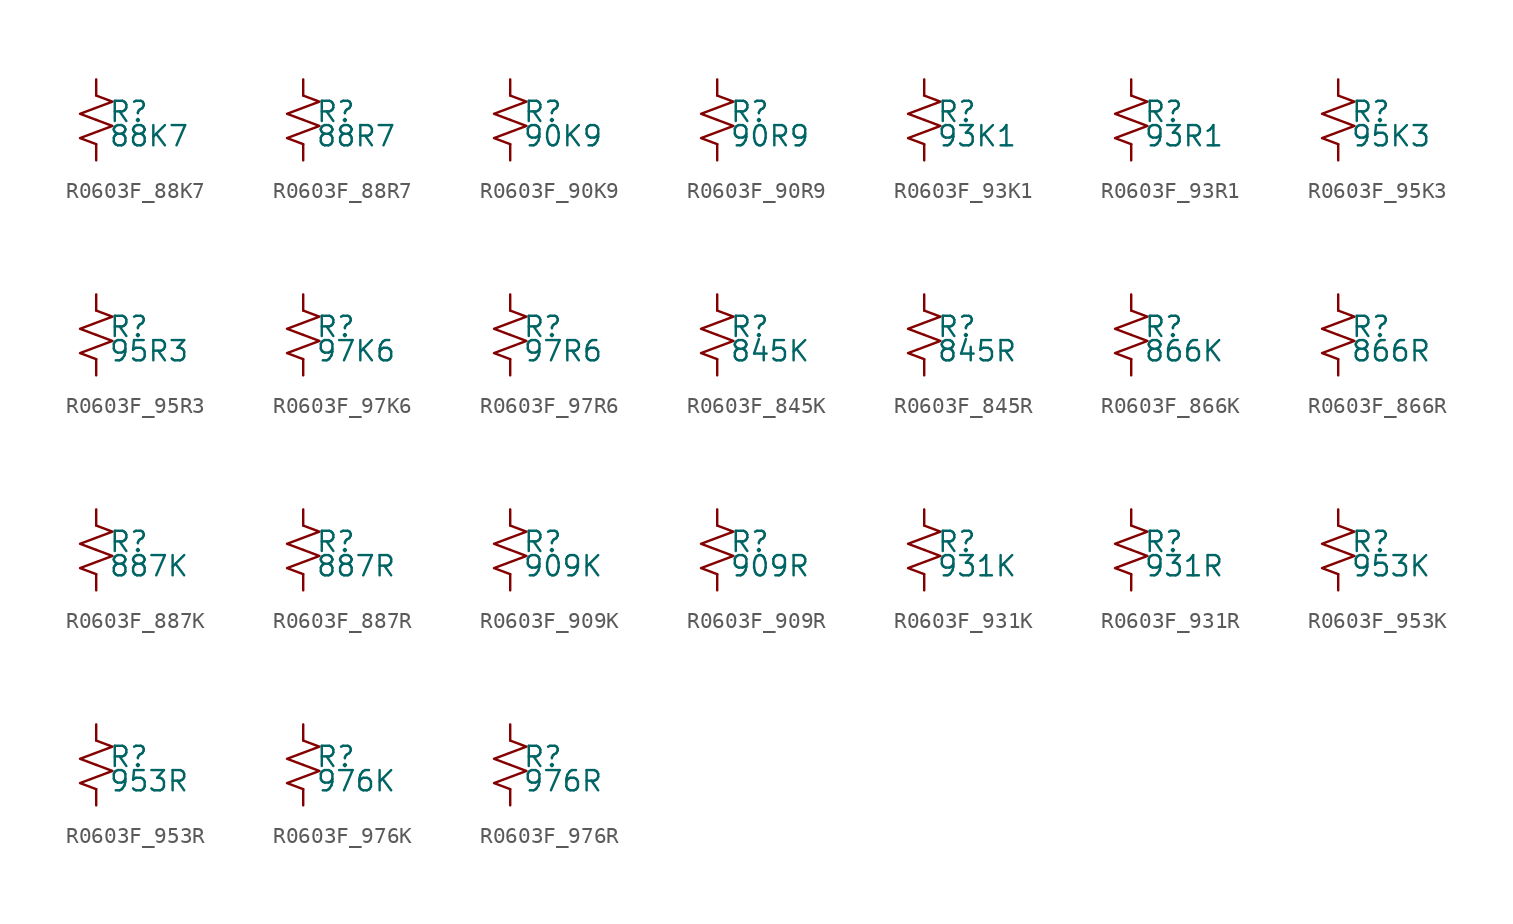
<source format=kicad_sym>
(kicad_symbol_lib
  (version 20220914)
  (generator kicad_symbol_editor)
  (symbol "R0603F_88K7"
    (pin_numbers hide)
    (pin_names
      (offset 0.254) hide)
    (property "Reference" "R"
      (at 0.762 0.508 0)
      (effects (font (size 1.27 1.27)) (justify left)))
    (property "Value" "88K7"
      (at 0.762 -1.016 0)
      (effects (font (size 1.27 1.27)) (justify left)))
    (symbol "R0603F_88K7_1_1"
      (polyline (pts (xy 0 0) (xy 1.016 -0.381) (xy 0 -0.762) (xy -1.016 -1.143) (xy 0 -1.524)) (stroke (width 0) (type default)) (fill (type none)))
      (polyline (pts (xy 0 1.524) (xy 1.016 1.143) (xy 0 0.762) (xy -1.016 0.381) (xy 0 0)) (stroke (width 0) (type default)) (fill (type none)))
      (pin passive line (at 0 2.54 270) (length 1.016) (name "~" (effects (font (size 1.27 1.27)))) (number "1" (effects (font (size 1.27 1.27)))))
      (pin passive line (at 0 -2.54 90) (length 1.016) (name "~" (effects (font (size 1.27 1.27)))) (number "2" (effects (font (size 1.27 1.27)))))))
  (symbol "R0603F_88R7"
    (pin_numbers hide)
    (pin_names
      (offset 0.254) hide)
    (property "Reference" "R"
      (at 0.762 0.508 0)
      (effects (font (size 1.27 1.27)) (justify left)))
    (property "Value" "88R7"
      (at 0.762 -1.016 0)
      (effects (font (size 1.27 1.27)) (justify left)))
    (symbol "R0603F_88R7_1_1"
      (polyline (pts (xy 0 0) (xy 1.016 -0.381) (xy 0 -0.762) (xy -1.016 -1.143) (xy 0 -1.524)) (stroke (width 0) (type default)) (fill (type none)))
      (polyline (pts (xy 0 1.524) (xy 1.016 1.143) (xy 0 0.762) (xy -1.016 0.381) (xy 0 0)) (stroke (width 0) (type default)) (fill (type none)))
      (pin passive line (at 0 2.54 270) (length 1.016) (name "~" (effects (font (size 1.27 1.27)))) (number "1" (effects (font (size 1.27 1.27)))))
      (pin passive line (at 0 -2.54 90) (length 1.016) (name "~" (effects (font (size 1.27 1.27)))) (number "2" (effects (font (size 1.27 1.27)))))))
  (symbol "R0603F_90K9"
    (pin_numbers hide)
    (pin_names
      (offset 0.254) hide)
    (property "Reference" "R"
      (at 0.762 0.508 0)
      (effects (font (size 1.27 1.27)) (justify left)))
    (property "Value" "90K9"
      (at 0.762 -1.016 0)
      (effects (font (size 1.27 1.27)) (justify left)))
    (symbol "R0603F_90K9_1_1"
      (polyline (pts (xy 0 0) (xy 1.016 -0.381) (xy 0 -0.762) (xy -1.016 -1.143) (xy 0 -1.524)) (stroke (width 0) (type default)) (fill (type none)))
      (polyline (pts (xy 0 1.524) (xy 1.016 1.143) (xy 0 0.762) (xy -1.016 0.381) (xy 0 0)) (stroke (width 0) (type default)) (fill (type none)))
      (pin passive line (at 0 2.54 270) (length 1.016) (name "~" (effects (font (size 1.27 1.27)))) (number "1" (effects (font (size 1.27 1.27)))))
      (pin passive line (at 0 -2.54 90) (length 1.016) (name "~" (effects (font (size 1.27 1.27)))) (number "2" (effects (font (size 1.27 1.27)))))))
  (symbol "R0603F_90R9"
    (pin_numbers hide)
    (pin_names
      (offset 0.254) hide)
    (property "Reference" "R"
      (at 0.762 0.508 0)
      (effects (font (size 1.27 1.27)) (justify left)))
    (property "Value" "90R9"
      (at 0.762 -1.016 0)
      (effects (font (size 1.27 1.27)) (justify left)))
    (symbol "R0603F_90R9_1_1"
      (polyline (pts (xy 0 0) (xy 1.016 -0.381) (xy 0 -0.762) (xy -1.016 -1.143) (xy 0 -1.524)) (stroke (width 0) (type default)) (fill (type none)))
      (polyline (pts (xy 0 1.524) (xy 1.016 1.143) (xy 0 0.762) (xy -1.016 0.381) (xy 0 0)) (stroke (width 0) (type default)) (fill (type none)))
      (pin passive line (at 0 2.54 270) (length 1.016) (name "~" (effects (font (size 1.27 1.27)))) (number "1" (effects (font (size 1.27 1.27)))))
      (pin passive line (at 0 -2.54 90) (length 1.016) (name "~" (effects (font (size 1.27 1.27)))) (number "2" (effects (font (size 1.27 1.27)))))))
  (symbol "R0603F_93K1"
    (pin_numbers hide)
    (pin_names
      (offset 0.254) hide)
    (property "Reference" "R"
      (at 0.762 0.508 0)
      (effects (font (size 1.27 1.27)) (justify left)))
    (property "Value" "93K1"
      (at 0.762 -1.016 0)
      (effects (font (size 1.27 1.27)) (justify left)))
    (symbol "R0603F_93K1_1_1"
      (polyline (pts (xy 0 0) (xy 1.016 -0.381) (xy 0 -0.762) (xy -1.016 -1.143) (xy 0 -1.524)) (stroke (width 0) (type default)) (fill (type none)))
      (polyline (pts (xy 0 1.524) (xy 1.016 1.143) (xy 0 0.762) (xy -1.016 0.381) (xy 0 0)) (stroke (width 0) (type default)) (fill (type none)))
      (pin passive line (at 0 2.54 270) (length 1.016) (name "~" (effects (font (size 1.27 1.27)))) (number "1" (effects (font (size 1.27 1.27)))))
      (pin passive line (at 0 -2.54 90) (length 1.016) (name "~" (effects (font (size 1.27 1.27)))) (number "2" (effects (font (size 1.27 1.27)))))))
  (symbol "R0603F_93R1"
    (pin_numbers hide)
    (pin_names
      (offset 0.254) hide)
    (property "Reference" "R"
      (at 0.762 0.508 0)
      (effects (font (size 1.27 1.27)) (justify left)))
    (property "Value" "93R1"
      (at 0.762 -1.016 0)
      (effects (font (size 1.27 1.27)) (justify left)))
    (symbol "R0603F_93R1_1_1"
      (polyline (pts (xy 0 0) (xy 1.016 -0.381) (xy 0 -0.762) (xy -1.016 -1.143) (xy 0 -1.524)) (stroke (width 0) (type default)) (fill (type none)))
      (polyline (pts (xy 0 1.524) (xy 1.016 1.143) (xy 0 0.762) (xy -1.016 0.381) (xy 0 0)) (stroke (width 0) (type default)) (fill (type none)))
      (pin passive line (at 0 2.54 270) (length 1.016) (name "~" (effects (font (size 1.27 1.27)))) (number "1" (effects (font (size 1.27 1.27)))))
      (pin passive line (at 0 -2.54 90) (length 1.016) (name "~" (effects (font (size 1.27 1.27)))) (number "2" (effects (font (size 1.27 1.27)))))))
  (symbol "R0603F_95K3"
    (pin_numbers hide)
    (pin_names
      (offset 0.254) hide)
    (property "Reference" "R"
      (at 0.762 0.508 0)
      (effects (font (size 1.27 1.27)) (justify left)))
    (property "Value" "95K3"
      (at 0.762 -1.016 0)
      (effects (font (size 1.27 1.27)) (justify left)))
    (symbol "R0603F_95K3_1_1"
      (polyline (pts (xy 0 0) (xy 1.016 -0.381) (xy 0 -0.762) (xy -1.016 -1.143) (xy 0 -1.524)) (stroke (width 0) (type default)) (fill (type none)))
      (polyline (pts (xy 0 1.524) (xy 1.016 1.143) (xy 0 0.762) (xy -1.016 0.381) (xy 0 0)) (stroke (width 0) (type default)) (fill (type none)))
      (pin passive line (at 0 2.54 270) (length 1.016) (name "~" (effects (font (size 1.27 1.27)))) (number "1" (effects (font (size 1.27 1.27)))))
      (pin passive line (at 0 -2.54 90) (length 1.016) (name "~" (effects (font (size 1.27 1.27)))) (number "2" (effects (font (size 1.27 1.27)))))))
  (symbol "R0603F_95R3"
    (pin_numbers hide)
    (pin_names
      (offset 0.254) hide)
    (property "Reference" "R"
      (at 0.762 0.508 0)
      (effects (font (size 1.27 1.27)) (justify left)))
    (property "Value" "95R3"
      (at 0.762 -1.016 0)
      (effects (font (size 1.27 1.27)) (justify left)))
    (symbol "R0603F_95R3_1_1"
      (polyline (pts (xy 0 0) (xy 1.016 -0.381) (xy 0 -0.762) (xy -1.016 -1.143) (xy 0 -1.524)) (stroke (width 0) (type default)) (fill (type none)))
      (polyline (pts (xy 0 1.524) (xy 1.016 1.143) (xy 0 0.762) (xy -1.016 0.381) (xy 0 0)) (stroke (width 0) (type default)) (fill (type none)))
      (pin passive line (at 0 2.54 270) (length 1.016) (name "~" (effects (font (size 1.27 1.27)))) (number "1" (effects (font (size 1.27 1.27)))))
      (pin passive line (at 0 -2.54 90) (length 1.016) (name "~" (effects (font (size 1.27 1.27)))) (number "2" (effects (font (size 1.27 1.27)))))))
  (symbol "R0603F_97K6"
    (pin_numbers hide)
    (pin_names
      (offset 0.254) hide)
    (property "Reference" "R"
      (at 0.762 0.508 0)
      (effects (font (size 1.27 1.27)) (justify left)))
    (property "Value" "97K6"
      (at 0.762 -1.016 0)
      (effects (font (size 1.27 1.27)) (justify left)))
    (symbol "R0603F_97K6_1_1"
      (polyline (pts (xy 0 0) (xy 1.016 -0.381) (xy 0 -0.762) (xy -1.016 -1.143) (xy 0 -1.524)) (stroke (width 0) (type default)) (fill (type none)))
      (polyline (pts (xy 0 1.524) (xy 1.016 1.143) (xy 0 0.762) (xy -1.016 0.381) (xy 0 0)) (stroke (width 0) (type default)) (fill (type none)))
      (pin passive line (at 0 2.54 270) (length 1.016) (name "~" (effects (font (size 1.27 1.27)))) (number "1" (effects (font (size 1.27 1.27)))))
      (pin passive line (at 0 -2.54 90) (length 1.016) (name "~" (effects (font (size 1.27 1.27)))) (number "2" (effects (font (size 1.27 1.27)))))))
  (symbol "R0603F_97R6"
    (pin_numbers hide)
    (pin_names
      (offset 0.254) hide)
    (property "Reference" "R"
      (at 0.762 0.508 0)
      (effects (font (size 1.27 1.27)) (justify left)))
    (property "Value" "97R6"
      (at 0.762 -1.016 0)
      (effects (font (size 1.27 1.27)) (justify left)))
    (symbol "R0603F_97R6_1_1"
      (polyline (pts (xy 0 0) (xy 1.016 -0.381) (xy 0 -0.762) (xy -1.016 -1.143) (xy 0 -1.524)) (stroke (width 0) (type default)) (fill (type none)))
      (polyline (pts (xy 0 1.524) (xy 1.016 1.143) (xy 0 0.762) (xy -1.016 0.381) (xy 0 0)) (stroke (width 0) (type default)) (fill (type none)))
      (pin passive line (at 0 2.54 270) (length 1.016) (name "~" (effects (font (size 1.27 1.27)))) (number "1" (effects (font (size 1.27 1.27)))))
      (pin passive line (at 0 -2.54 90) (length 1.016) (name "~" (effects (font (size 1.27 1.27)))) (number "2" (effects (font (size 1.27 1.27)))))))
  (symbol "R0603F_845K"
    (pin_numbers hide)
    (pin_names
      (offset 0.254) hide)
    (property "Reference" "R"
      (at 0.762 0.508 0)
      (effects (font (size 1.27 1.27)) (justify left)))
    (property "Value" "845K"
      (at 0.762 -1.016 0)
      (effects (font (size 1.27 1.27)) (justify left)))
    (symbol "R0603F_845K_1_1"
      (polyline (pts (xy 0 0) (xy 1.016 -0.381) (xy 0 -0.762) (xy -1.016 -1.143) (xy 0 -1.524)) (stroke (width 0) (type default)) (fill (type none)))
      (polyline (pts (xy 0 1.524) (xy 1.016 1.143) (xy 0 0.762) (xy -1.016 0.381) (xy 0 0)) (stroke (width 0) (type default)) (fill (type none)))
      (pin passive line (at 0 2.54 270) (length 1.016) (name "~" (effects (font (size 1.27 1.27)))) (number "1" (effects (font (size 1.27 1.27)))))
      (pin passive line (at 0 -2.54 90) (length 1.016) (name "~" (effects (font (size 1.27 1.27)))) (number "2" (effects (font (size 1.27 1.27)))))))
  (symbol "R0603F_845R"
    (pin_numbers hide)
    (pin_names
      (offset 0.254) hide)
    (property "Reference" "R"
      (at 0.762 0.508 0)
      (effects (font (size 1.27 1.27)) (justify left)))
    (property "Value" "845R"
      (at 0.762 -1.016 0)
      (effects (font (size 1.27 1.27)) (justify left)))
    (symbol "R0603F_845R_1_1"
      (polyline (pts (xy 0 0) (xy 1.016 -0.381) (xy 0 -0.762) (xy -1.016 -1.143) (xy 0 -1.524)) (stroke (width 0) (type default)) (fill (type none)))
      (polyline (pts (xy 0 1.524) (xy 1.016 1.143) (xy 0 0.762) (xy -1.016 0.381) (xy 0 0)) (stroke (width 0) (type default)) (fill (type none)))
      (pin passive line (at 0 2.54 270) (length 1.016) (name "~" (effects (font (size 1.27 1.27)))) (number "1" (effects (font (size 1.27 1.27)))))
      (pin passive line (at 0 -2.54 90) (length 1.016) (name "~" (effects (font (size 1.27 1.27)))) (number "2" (effects (font (size 1.27 1.27)))))))
  (symbol "R0603F_866K"
    (pin_numbers hide)
    (pin_names
      (offset 0.254) hide)
    (property "Reference" "R"
      (at 0.762 0.508 0)
      (effects (font (size 1.27 1.27)) (justify left)))
    (property "Value" "866K"
      (at 0.762 -1.016 0)
      (effects (font (size 1.27 1.27)) (justify left)))
    (symbol "R0603F_866K_1_1"
      (polyline (pts (xy 0 0) (xy 1.016 -0.381) (xy 0 -0.762) (xy -1.016 -1.143) (xy 0 -1.524)) (stroke (width 0) (type default)) (fill (type none)))
      (polyline (pts (xy 0 1.524) (xy 1.016 1.143) (xy 0 0.762) (xy -1.016 0.381) (xy 0 0)) (stroke (width 0) (type default)) (fill (type none)))
      (pin passive line (at 0 2.54 270) (length 1.016) (name "~" (effects (font (size 1.27 1.27)))) (number "1" (effects (font (size 1.27 1.27)))))
      (pin passive line (at 0 -2.54 90) (length 1.016) (name "~" (effects (font (size 1.27 1.27)))) (number "2" (effects (font (size 1.27 1.27)))))))
  (symbol "R0603F_866R"
    (pin_numbers hide)
    (pin_names
      (offset 0.254) hide)
    (property "Reference" "R"
      (at 0.762 0.508 0)
      (effects (font (size 1.27 1.27)) (justify left)))
    (property "Value" "866R"
      (at 0.762 -1.016 0)
      (effects (font (size 1.27 1.27)) (justify left)))
    (symbol "R0603F_866R_1_1"
      (polyline (pts (xy 0 0) (xy 1.016 -0.381) (xy 0 -0.762) (xy -1.016 -1.143) (xy 0 -1.524)) (stroke (width 0) (type default)) (fill (type none)))
      (polyline (pts (xy 0 1.524) (xy 1.016 1.143) (xy 0 0.762) (xy -1.016 0.381) (xy 0 0)) (stroke (width 0) (type default)) (fill (type none)))
      (pin passive line (at 0 2.54 270) (length 1.016) (name "~" (effects (font (size 1.27 1.27)))) (number "1" (effects (font (size 1.27 1.27)))))
      (pin passive line (at 0 -2.54 90) (length 1.016) (name "~" (effects (font (size 1.27 1.27)))) (number "2" (effects (font (size 1.27 1.27)))))))
  (symbol "R0603F_887K"
    (pin_numbers hide)
    (pin_names
      (offset 0.254) hide)
    (property "Reference" "R"
      (at 0.762 0.508 0)
      (effects (font (size 1.27 1.27)) (justify left)))
    (property "Value" "887K"
      (at 0.762 -1.016 0)
      (effects (font (size 1.27 1.27)) (justify left)))
    (symbol "R0603F_887K_1_1"
      (polyline (pts (xy 0 0) (xy 1.016 -0.381) (xy 0 -0.762) (xy -1.016 -1.143) (xy 0 -1.524)) (stroke (width 0) (type default)) (fill (type none)))
      (polyline (pts (xy 0 1.524) (xy 1.016 1.143) (xy 0 0.762) (xy -1.016 0.381) (xy 0 0)) (stroke (width 0) (type default)) (fill (type none)))
      (pin passive line (at 0 2.54 270) (length 1.016) (name "~" (effects (font (size 1.27 1.27)))) (number "1" (effects (font (size 1.27 1.27)))))
      (pin passive line (at 0 -2.54 90) (length 1.016) (name "~" (effects (font (size 1.27 1.27)))) (number "2" (effects (font (size 1.27 1.27)))))))
  (symbol "R0603F_887R"
    (pin_numbers hide)
    (pin_names
      (offset 0.254) hide)
    (property "Reference" "R"
      (at 0.762 0.508 0)
      (effects (font (size 1.27 1.27)) (justify left)))
    (property "Value" "887R"
      (at 0.762 -1.016 0)
      (effects (font (size 1.27 1.27)) (justify left)))
    (symbol "R0603F_887R_1_1"
      (polyline (pts (xy 0 0) (xy 1.016 -0.381) (xy 0 -0.762) (xy -1.016 -1.143) (xy 0 -1.524)) (stroke (width 0) (type default)) (fill (type none)))
      (polyline (pts (xy 0 1.524) (xy 1.016 1.143) (xy 0 0.762) (xy -1.016 0.381) (xy 0 0)) (stroke (width 0) (type default)) (fill (type none)))
      (pin passive line (at 0 2.54 270) (length 1.016) (name "~" (effects (font (size 1.27 1.27)))) (number "1" (effects (font (size 1.27 1.27)))))
      (pin passive line (at 0 -2.54 90) (length 1.016) (name "~" (effects (font (size 1.27 1.27)))) (number "2" (effects (font (size 1.27 1.27)))))))
  (symbol "R0603F_909K"
    (pin_numbers hide)
    (pin_names
      (offset 0.254) hide)
    (property "Reference" "R"
      (at 0.762 0.508 0)
      (effects (font (size 1.27 1.27)) (justify left)))
    (property "Value" "909K"
      (at 0.762 -1.016 0)
      (effects (font (size 1.27 1.27)) (justify left)))
    (symbol "R0603F_909K_1_1"
      (polyline (pts (xy 0 0) (xy 1.016 -0.381) (xy 0 -0.762) (xy -1.016 -1.143) (xy 0 -1.524)) (stroke (width 0) (type default)) (fill (type none)))
      (polyline (pts (xy 0 1.524) (xy 1.016 1.143) (xy 0 0.762) (xy -1.016 0.381) (xy 0 0)) (stroke (width 0) (type default)) (fill (type none)))
      (pin passive line (at 0 2.54 270) (length 1.016) (name "~" (effects (font (size 1.27 1.27)))) (number "1" (effects (font (size 1.27 1.27)))))
      (pin passive line (at 0 -2.54 90) (length 1.016) (name "~" (effects (font (size 1.27 1.27)))) (number "2" (effects (font (size 1.27 1.27)))))))
  (symbol "R0603F_909R"
    (pin_numbers hide)
    (pin_names
      (offset 0.254) hide)
    (property "Reference" "R"
      (at 0.762 0.508 0)
      (effects (font (size 1.27 1.27)) (justify left)))
    (property "Value" "909R"
      (at 0.762 -1.016 0)
      (effects (font (size 1.27 1.27)) (justify left)))
    (symbol "R0603F_909R_1_1"
      (polyline (pts (xy 0 0) (xy 1.016 -0.381) (xy 0 -0.762) (xy -1.016 -1.143) (xy 0 -1.524)) (stroke (width 0) (type default)) (fill (type none)))
      (polyline (pts (xy 0 1.524) (xy 1.016 1.143) (xy 0 0.762) (xy -1.016 0.381) (xy 0 0)) (stroke (width 0) (type default)) (fill (type none)))
      (pin passive line (at 0 2.54 270) (length 1.016) (name "~" (effects (font (size 1.27 1.27)))) (number "1" (effects (font (size 1.27 1.27)))))
      (pin passive line (at 0 -2.54 90) (length 1.016) (name "~" (effects (font (size 1.27 1.27)))) (number "2" (effects (font (size 1.27 1.27)))))))
  (symbol "R0603F_931K"
    (pin_numbers hide)
    (pin_names
      (offset 0.254) hide)
    (property "Reference" "R"
      (at 0.762 0.508 0)
      (effects (font (size 1.27 1.27)) (justify left)))
    (property "Value" "931K"
      (at 0.762 -1.016 0)
      (effects (font (size 1.27 1.27)) (justify left)))
    (symbol "R0603F_931K_1_1"
      (polyline (pts (xy 0 0) (xy 1.016 -0.381) (xy 0 -0.762) (xy -1.016 -1.143) (xy 0 -1.524)) (stroke (width 0) (type default)) (fill (type none)))
      (polyline (pts (xy 0 1.524) (xy 1.016 1.143) (xy 0 0.762) (xy -1.016 0.381) (xy 0 0)) (stroke (width 0) (type default)) (fill (type none)))
      (pin passive line (at 0 2.54 270) (length 1.016) (name "~" (effects (font (size 1.27 1.27)))) (number "1" (effects (font (size 1.27 1.27)))))
      (pin passive line (at 0 -2.54 90) (length 1.016) (name "~" (effects (font (size 1.27 1.27)))) (number "2" (effects (font (size 1.27 1.27)))))))
  (symbol "R0603F_931R"
    (pin_numbers hide)
    (pin_names
      (offset 0.254) hide)
    (property "Reference" "R"
      (at 0.762 0.508 0)
      (effects (font (size 1.27 1.27)) (justify left)))
    (property "Value" "931R"
      (at 0.762 -1.016 0)
      (effects (font (size 1.27 1.27)) (justify left)))
    (symbol "R0603F_931R_1_1"
      (polyline (pts (xy 0 0) (xy 1.016 -0.381) (xy 0 -0.762) (xy -1.016 -1.143) (xy 0 -1.524)) (stroke (width 0) (type default)) (fill (type none)))
      (polyline (pts (xy 0 1.524) (xy 1.016 1.143) (xy 0 0.762) (xy -1.016 0.381) (xy 0 0)) (stroke (width 0) (type default)) (fill (type none)))
      (pin passive line (at 0 2.54 270) (length 1.016) (name "~" (effects (font (size 1.27 1.27)))) (number "1" (effects (font (size 1.27 1.27)))))
      (pin passive line (at 0 -2.54 90) (length 1.016) (name "~" (effects (font (size 1.27 1.27)))) (number "2" (effects (font (size 1.27 1.27)))))))
  (symbol "R0603F_953K"
    (pin_numbers hide)
    (pin_names
      (offset 0.254) hide)
    (property "Reference" "R"
      (at 0.762 0.508 0)
      (effects (font (size 1.27 1.27)) (justify left)))
    (property "Value" "953K"
      (at 0.762 -1.016 0)
      (effects (font (size 1.27 1.27)) (justify left)))
    (symbol "R0603F_953K_1_1"
      (polyline (pts (xy 0 0) (xy 1.016 -0.381) (xy 0 -0.762) (xy -1.016 -1.143) (xy 0 -1.524)) (stroke (width 0) (type default)) (fill (type none)))
      (polyline (pts (xy 0 1.524) (xy 1.016 1.143) (xy 0 0.762) (xy -1.016 0.381) (xy 0 0)) (stroke (width 0) (type default)) (fill (type none)))
      (pin passive line (at 0 2.54 270) (length 1.016) (name "~" (effects (font (size 1.27 1.27)))) (number "1" (effects (font (size 1.27 1.27)))))
      (pin passive line (at 0 -2.54 90) (length 1.016) (name "~" (effects (font (size 1.27 1.27)))) (number "2" (effects (font (size 1.27 1.27)))))))
  (symbol "R0603F_953R"
    (pin_numbers hide)
    (pin_names
      (offset 0.254) hide)
    (property "Reference" "R"
      (at 0.762 0.508 0)
      (effects (font (size 1.27 1.27)) (justify left)))
    (property "Value" "953R"
      (at 0.762 -1.016 0)
      (effects (font (size 1.27 1.27)) (justify left)))
    (symbol "R0603F_953R_1_1"
      (polyline (pts (xy 0 0) (xy 1.016 -0.381) (xy 0 -0.762) (xy -1.016 -1.143) (xy 0 -1.524)) (stroke (width 0) (type default)) (fill (type none)))
      (polyline (pts (xy 0 1.524) (xy 1.016 1.143) (xy 0 0.762) (xy -1.016 0.381) (xy 0 0)) (stroke (width 0) (type default)) (fill (type none)))
      (pin passive line (at 0 2.54 270) (length 1.016) (name "~" (effects (font (size 1.27 1.27)))) (number "1" (effects (font (size 1.27 1.27)))))
      (pin passive line (at 0 -2.54 90) (length 1.016) (name "~" (effects (font (size 1.27 1.27)))) (number "2" (effects (font (size 1.27 1.27)))))))
  (symbol "R0603F_976K"
    (pin_numbers hide)
    (pin_names
      (offset 0.254) hide)
    (property "Reference" "R"
      (at 0.762 0.508 0)
      (effects (font (size 1.27 1.27)) (justify left)))
    (property "Value" "976K"
      (at 0.762 -1.016 0)
      (effects (font (size 1.27 1.27)) (justify left)))
    (symbol "R0603F_976K_1_1"
      (polyline (pts (xy 0 0) (xy 1.016 -0.381) (xy 0 -0.762) (xy -1.016 -1.143) (xy 0 -1.524)) (stroke (width 0) (type default)) (fill (type none)))
      (polyline (pts (xy 0 1.524) (xy 1.016 1.143) (xy 0 0.762) (xy -1.016 0.381) (xy 0 0)) (stroke (width 0) (type default)) (fill (type none)))
      (pin passive line (at 0 2.54 270) (length 1.016) (name "~" (effects (font (size 1.27 1.27)))) (number "1" (effects (font (size 1.27 1.27)))))
      (pin passive line (at 0 -2.54 90) (length 1.016) (name "~" (effects (font (size 1.27 1.27)))) (number "2" (effects (font (size 1.27 1.27)))))))
  (symbol "R0603F_976R"
    (pin_numbers hide)
    (pin_names
      (offset 0.254) hide)
    (property "Reference" "R"
      (at 0.762 0.508 0)
      (effects (font (size 1.27 1.27)) (justify left)))
    (property "Value" "976R"
      (at 0.762 -1.016 0)
      (effects (font (size 1.27 1.27)) (justify left)))
    (symbol "R0603F_976R_1_1"
      (polyline (pts (xy 0 0) (xy 1.016 -0.381) (xy 0 -0.762) (xy -1.016 -1.143) (xy 0 -1.524)) (stroke (width 0) (type default)) (fill (type none)))
      (polyline (pts (xy 0 1.524) (xy 1.016 1.143) (xy 0 0.762) (xy -1.016 0.381) (xy 0 0)) (stroke (width 0) (type default)) (fill (type none)))
      (pin passive line (at 0 2.54 270) (length 1.016) (name "~" (effects (font (size 1.27 1.27)))) (number "1" (effects (font (size 1.27 1.27)))))
      (pin passive line (at 0 -2.54 90) (length 1.016) (name "~" (effects (font (size 1.27 1.27)))) (number "2" (effects (font (size 1.27 1.27))))))))
</source>
